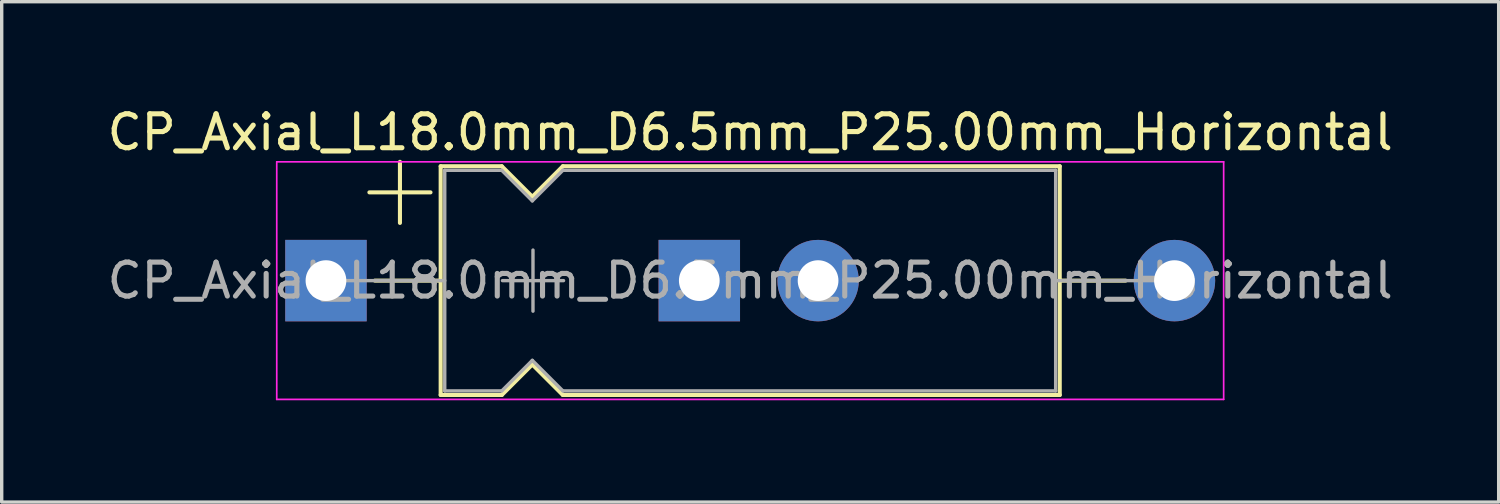
<source format=kicad_pcb>
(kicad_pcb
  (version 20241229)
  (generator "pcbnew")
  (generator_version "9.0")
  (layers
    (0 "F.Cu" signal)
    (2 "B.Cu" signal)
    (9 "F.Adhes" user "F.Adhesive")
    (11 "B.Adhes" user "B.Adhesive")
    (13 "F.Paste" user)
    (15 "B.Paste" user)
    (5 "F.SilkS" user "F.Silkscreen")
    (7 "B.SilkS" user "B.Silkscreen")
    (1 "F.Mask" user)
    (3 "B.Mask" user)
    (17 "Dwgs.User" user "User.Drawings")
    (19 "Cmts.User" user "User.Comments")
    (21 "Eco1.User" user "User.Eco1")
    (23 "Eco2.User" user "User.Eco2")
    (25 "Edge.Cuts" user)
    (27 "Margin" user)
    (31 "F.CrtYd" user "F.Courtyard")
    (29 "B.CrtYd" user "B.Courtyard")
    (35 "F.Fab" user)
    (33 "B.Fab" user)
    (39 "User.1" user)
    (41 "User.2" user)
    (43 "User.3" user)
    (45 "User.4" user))
  (footprint "CP_Axial_L18.0mm_D6.5mm_P25.00mm_Horizontal"
    (layer "F.Cu")
    (at 6.554 5.218)
    (property "Reference" "CP_Axial_L18.0mm_D6.5mm_P25.00mm_Horizontal" (at 12.5 -4.37 0) (layer "F.SilkS") (effects (font (size 1 1) (thickness 0.15))))
    (attr through_hole)
    (fp_line (start 1.28 -2.6) (end 3.08 -2.6) (stroke (width 0.12) (type solid)) (layer "F.SilkS"))
    (fp_line (start 1.44 0) (end 3.38 0) (stroke (width 0.12) (type solid)) (layer "F.SilkS"))
    (fp_line (start 2.18 -3.5) (end 2.18 -1.7) (stroke (width 0.12) (type solid)) (layer "F.SilkS"))
    (fp_line (start 3.38 -3.37) (end 3.38 3.37) (stroke (width 0.12) (type solid)) (layer "F.SilkS"))
    (fp_line (start 3.38 -3.37) (end 5.18 -3.37) (stroke (width 0.12) (type solid)) (layer "F.SilkS"))
    (fp_line (start 3.38 3.37) (end 5.18 3.37) (stroke (width 0.12) (type solid)) (layer "F.SilkS"))
    (fp_line (start 5.18 -3.37) (end 6.08 -2.47) (stroke (width 0.12) (type solid)) (layer "F.SilkS"))
    (fp_line (start 5.18 3.37) (end 6.08 2.47) (stroke (width 0.12) (type solid)) (layer "F.SilkS"))
    (fp_line (start 6.08 -2.47) (end 6.98 -3.37) (stroke (width 0.12) (type solid)) (layer "F.SilkS"))
    (fp_line (start 6.08 2.47) (end 6.98 3.37) (stroke (width 0.12) (type solid)) (layer "F.SilkS"))
    (fp_line (start 6.98 -3.37) (end 21.62 -3.37) (stroke (width 0.12) (type solid)) (layer "F.SilkS"))
    (fp_line (start 6.98 3.37) (end 21.62 3.37) (stroke (width 0.12) (type solid)) (layer "F.SilkS"))
    (fp_line (start 21.62 -3.37) (end 21.62 3.37) (stroke (width 0.12) (type solid)) (layer "F.SilkS"))
    (fp_line (start 23.56 0) (end 21.62 0) (stroke (width 0.12) (type solid)) (layer "F.SilkS"))
    (fp_line (start -1.45 -3.5) (end -1.45 3.5) (stroke (width 0.05) (type solid)) (layer "F.CrtYd"))
    (fp_line (start -1.45 3.5) (end 26.45 3.5) (stroke (width 0.05) (type solid)) (layer "F.CrtYd"))
    (fp_line (start 26.45 -3.5) (end -1.45 -3.5) (stroke (width 0.05) (type solid)) (layer "F.CrtYd"))
    (fp_line (start 26.45 3.5) (end 26.45 -3.5) (stroke (width 0.05) (type solid)) (layer "F.CrtYd"))
    (fp_line (start 0 0) (end 3.5 0) (stroke (width 0.1) (type solid)) (layer "F.Fab"))
    (fp_line (start 3.5 -3.25) (end 3.5 3.25) (stroke (width 0.1) (type solid)) (layer "F.Fab"))
    (fp_line (start 3.5 -3.25) (end 5.18 -3.25) (stroke (width 0.1) (type solid)) (layer "F.Fab"))
    (fp_line (start 3.5 3.25) (end 5.18 3.25) (stroke (width 0.1) (type solid)) (layer "F.Fab"))
    (fp_line (start 5.18 -3.25) (end 6.08 -2.35) (stroke (width 0.1) (type solid)) (layer "F.Fab"))
    (fp_line (start 5.18 3.25) (end 6.08 2.35) (stroke (width 0.1) (type solid)) (layer "F.Fab"))
    (fp_line (start 5.2 0) (end 7 0) (stroke (width 0.1) (type solid)) (layer "F.Fab"))
    (fp_line (start 6.08 -2.35) (end 6.98 -3.25) (stroke (width 0.1) (type solid)) (layer "F.Fab"))
    (fp_line (start 6.08 2.35) (end 6.98 3.25) (stroke (width 0.1) (type solid)) (layer "F.Fab"))
    (fp_line (start 6.1 -0.9) (end 6.1 0.9) (stroke (width 0.1) (type solid)) (layer "F.Fab"))
    (fp_line (start 6.98 -3.25) (end 21.5 -3.25) (stroke (width 0.1) (type solid)) (layer "F.Fab"))
    (fp_line (start 6.98 3.25) (end 21.5 3.25) (stroke (width 0.1) (type solid)) (layer "F.Fab"))
    (fp_line (start 21.5 -3.25) (end 21.5 3.25) (stroke (width 0.1) (type solid)) (layer "F.Fab"))
    (fp_line (start 25 0) (end 21.5 0) (stroke (width 0.1) (type solid)) (layer "F.Fab"))
    (fp_text user "${REFERENCE}" (at 12.5 0 0) (layer "F.Fab") (effects (font (size 1 1) (thickness 0.15))))
    (pad "1" thru_hole rect (at 0 0) (size 2.4 2.4) (drill 1.2) (layers "*.Cu" "*.Mask"))
    (pad "1" thru_hole rect (at 11 0) (size 2.4 2.4) (drill 1.2) (layers "*.Cu" "*.Mask"))
    (pad "2" thru_hole oval (at 14.5 0) (size 2.4 2.4) (drill 1.2) (layers "*.Cu" "*.Mask"))
    (pad "2" thru_hole oval (at 25 0) (size 2.4 2.4) (drill 1.2) (layers "*.Cu" "*.Mask")))
  (gr_rect
    (start -3 -3)
    (end 41.107 11.743)
    (stroke (width 0.1) (type default))
    (fill no)
    (layer "Edge.Cuts")))
</source>
